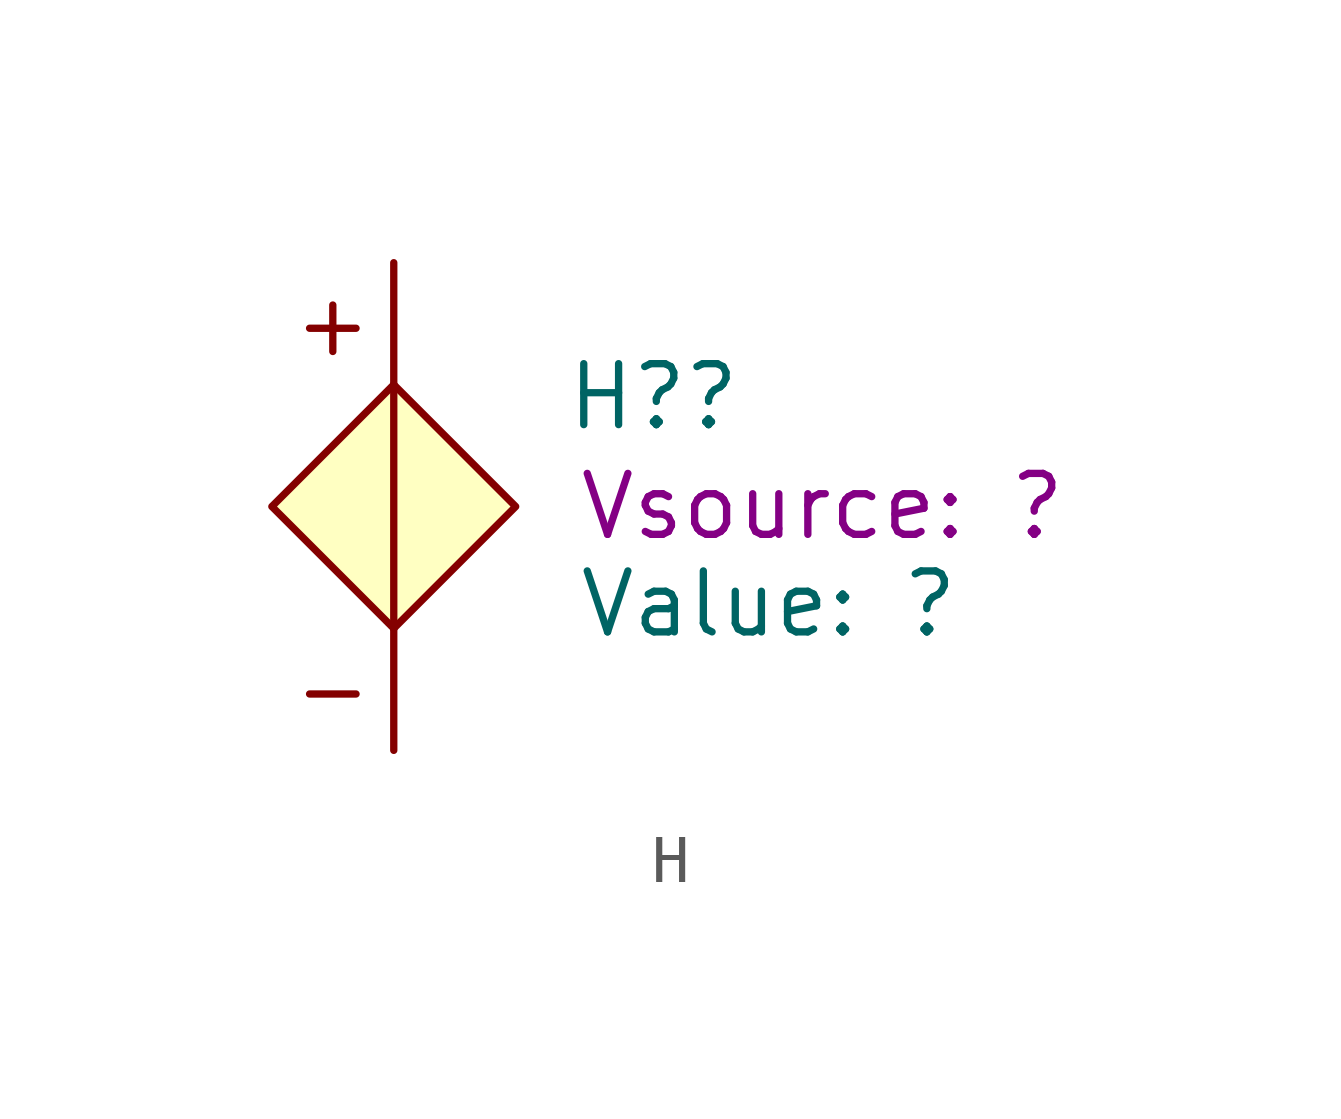
<source format=kicad_sym>
(kicad_symbol_lib
  (version 20241209)
  (generator "kicad_symbol_editor")
  (generator_version "9.0")
  (symbol "H"
    (pin_numbers
      (hide yes))
    (pin_names
      (offset 0)
      (hide yes))
    (property "Reference" "H?"
      (at 3.556 2.286 0)
      (effects (font (size 1.27 1.27)) (justify left)))
    (property "Value" "?"
      (at 3.81 -2.032 0)
      (show_name)
      (effects (font (size 1.27 1.27)) (justify left)))
    (property "Vsource" "?"
      (at 3.81 0 0)
      (show_name)
      (effects (font (size 1.27 1.27)) (justify left)))
    (symbol "H_0_0"
      (text "+" (at -1.27 3.81 0) (effects (font (size 1.27 1.27))))
      (text "-" (at -1.27 -3.81 0) (effects (font (size 1.27 1.27)))))
    (symbol "H_0_1"
      (polyline (pts (xy 0 2.54) (xy 0 -2.54)) (stroke (width 0) (type solid)) (fill (type none))))
    (symbol "H_1_0"
      (pin power_out line (at 0 5.08 270) (length 2.54) (name "outP" (effects (font (size 1.27 1.27)))) (number "1" (effects (font (size 1.27 1.27)))))
      (pin power_out line (at 0 -5.08 90) (length 2.54) (name "outN" (effects (font (size 1.27 1.27)))) (number "2" (effects (font (size 1.27 1.27))))))
    (symbol "H_1_1"
      (polyline (pts (xy 0 2.54) (xy -2.54 0) (xy 0 -2.54) (xy 2.54 0) (xy 0 2.54)) (stroke (width 0) (type default)) (fill (type background))))))
</source>
